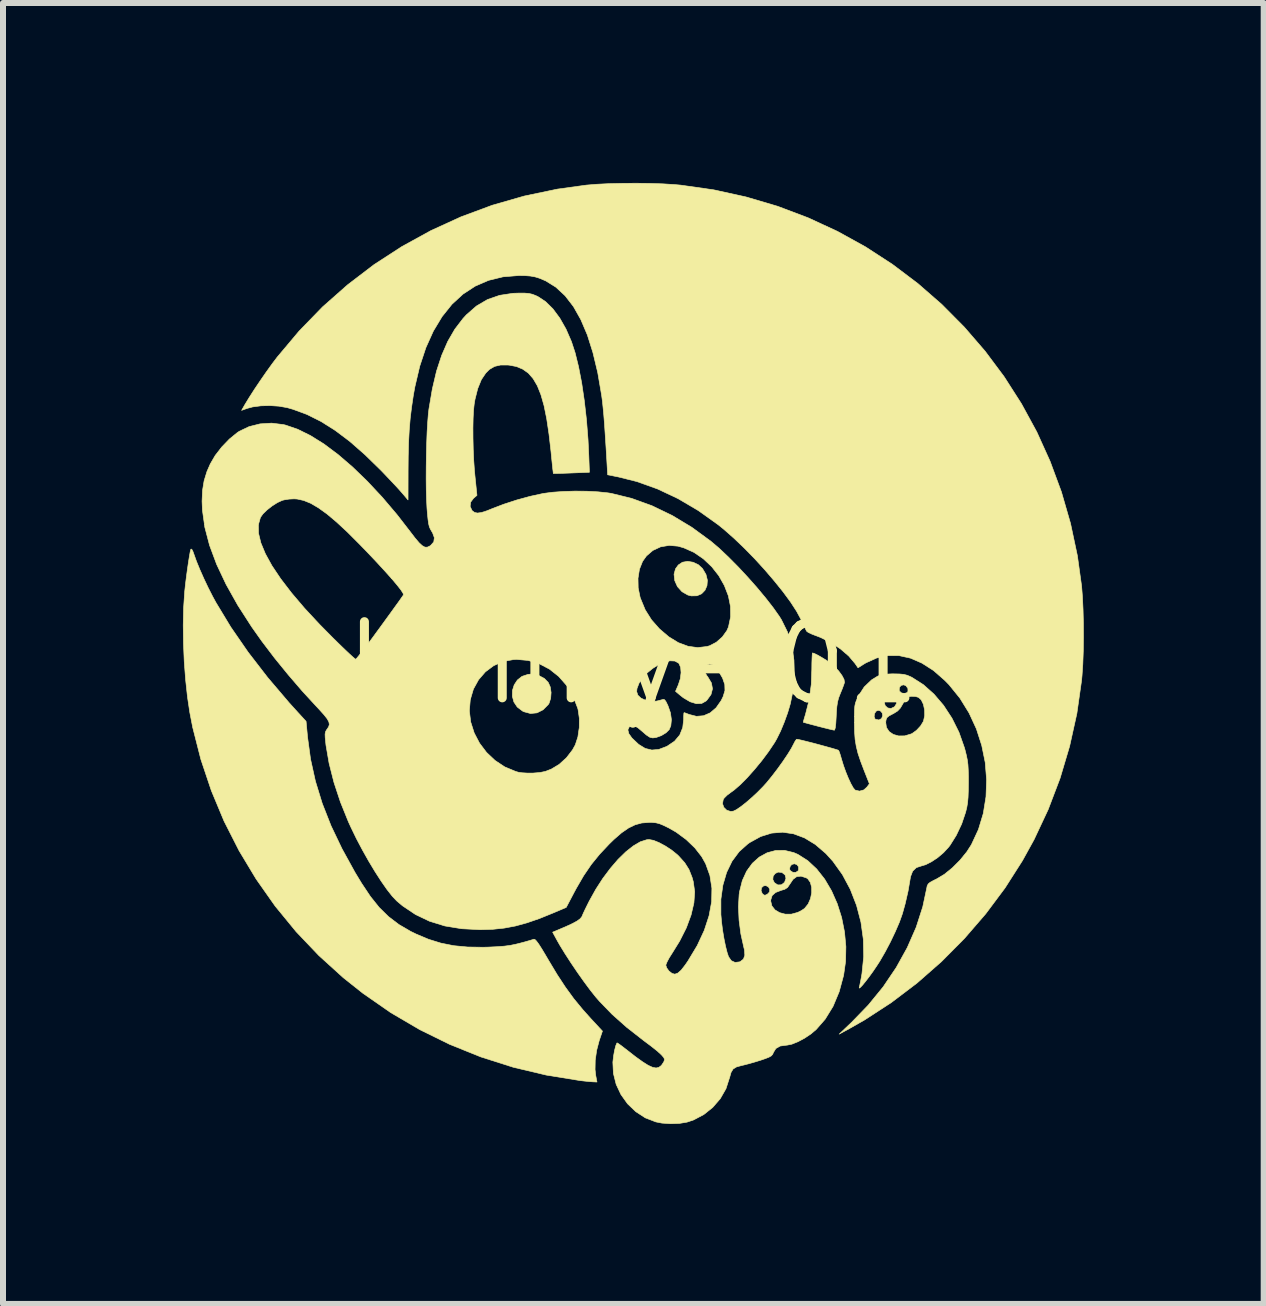
<source format=kicad_pcb>
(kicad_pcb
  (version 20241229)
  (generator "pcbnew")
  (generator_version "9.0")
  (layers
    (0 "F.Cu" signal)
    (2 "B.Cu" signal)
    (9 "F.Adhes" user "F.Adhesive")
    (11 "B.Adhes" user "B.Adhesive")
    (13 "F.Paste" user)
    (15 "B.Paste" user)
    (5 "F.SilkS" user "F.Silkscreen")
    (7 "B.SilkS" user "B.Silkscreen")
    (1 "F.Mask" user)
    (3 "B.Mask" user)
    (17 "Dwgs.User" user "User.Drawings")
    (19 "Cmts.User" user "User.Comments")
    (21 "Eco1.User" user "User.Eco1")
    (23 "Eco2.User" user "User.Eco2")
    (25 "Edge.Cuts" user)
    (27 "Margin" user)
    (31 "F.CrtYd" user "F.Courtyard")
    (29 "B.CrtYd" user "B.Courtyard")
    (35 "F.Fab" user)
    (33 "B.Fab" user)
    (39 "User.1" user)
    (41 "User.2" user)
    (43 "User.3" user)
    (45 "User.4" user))
  (footprint "bunny-01"
    (layer "F.Cu")
    (at 7.501 8.005)
    (property "Reference" "bunny-01" (at 0 0 0) (layer "F.SilkS") (effects (font (size 1.27 1.27) (thickness 0.15))))
    (attr through_hole)
    (fp_poly (pts (xy 1.005 -1.681) (xy 1.092 -1.64) (xy 1.161 -1.576) (xy 1.219 -1.478) (xy 1.243 -1.381) (xy 1.236 -1.291) (xy 1.203 -1.214) (xy 1.146 -1.155) (xy 1.069 -1.122) (xy 0.975 -1.12) (xy 0.918 -1.134) (xy 0.821 -1.189) (xy 0.744 -1.274) (xy 0.699 -1.374) (xy 0.687 -1.481) (xy 0.712 -1.572) (xy 0.758 -1.635) (xy 0.827 -1.681) (xy 0.913 -1.696) (xy 1.005 -1.681)) (stroke (width 0.01) (type solid)) (fill yes) (layer "F.SilkS"))
    (fp_poly (pts (xy -1.578 0.202) (xy -1.475 0.257) (xy -1.41 0.324) (xy -1.377 0.398) (xy -1.363 0.491) (xy -1.37 0.587) (xy -1.396 0.669) (xy -1.409 0.69) (xy -1.497 0.779) (xy -1.598 0.83) (xy -1.706 0.841) (xy -1.817 0.811) (xy -1.839 0.8) (xy -1.927 0.733) (xy -1.983 0.649) (xy -2.009 0.554) (xy -2.007 0.456) (xy -1.978 0.364) (xy -1.925 0.283) (xy -1.848 0.222) (xy -1.749 0.189) (xy -1.699 0.184) (xy -1.578 0.202)) (stroke (width 0.01) (type solid)) (fill yes) (layer "F.SilkS"))
    (fp_poly (pts (xy 3.028 -0.159) (xy 3.085 -0.131) (xy 3.154 -0.091) (xy 3.226 -0.047) (xy 3.285 -0.007) (xy 3.362 0.058) (xy 3.431 0.131) (xy 3.486 0.206) (xy 3.521 0.272) (xy 3.529 0.322) (xy 3.529 0.324) (xy 3.515 0.366) (xy 3.49 0.433) (xy 3.459 0.508) (xy 3.431 0.58) (xy 3.413 0.649) (xy 3.401 0.728) (xy 3.393 0.831) (xy 3.391 0.884) (xy 3.384 1.004) (xy 3.375 1.081) (xy 3.363 1.117) (xy 3.358 1.119) (xy 3.329 1.113) (xy 3.268 1.099) (xy 3.184 1.078) (xy 3.09 1.054) (xy 2.995 1.029) (xy 2.917 1.008) (xy 2.863 0.993) (xy 2.842 0.987) (xy 2.846 0.966) (xy 2.86 0.916) (xy 2.881 0.847) (xy 2.881 0.846) (xy 2.941 0.609) (xy 2.975 0.356) (xy 2.984 0.101) (xy 2.985 -0.001) (xy 2.988 -0.085) (xy 2.991 -0.143) (xy 2.995 -0.169) (xy 2.996 -0.169) (xy 3.028 -0.159)) (stroke (width 0.01) (type solid)) (fill yes) (layer "F.SilkS"))
    (fp_poly (pts (xy -7.354 -1.898) (xy -7.334 -1.86) (xy -7.316 -1.81) (xy -7.276 -1.698) (xy -7.22 -1.561) (xy -7.153 -1.41) (xy -7.079 -1.254) (xy -7.004 -1.107) (xy -6.95 -1.008) (xy -6.702 -0.598) (xy -6.414 -0.181) (xy -6.089 0.24) (xy -5.73 0.662) (xy -5.626 0.777) (xy -5.448 0.972) (xy -5.423 1.238) (xy -5.373 1.605) (xy -5.292 1.971) (xy -5.179 2.339) (xy -5.032 2.713) (xy -4.849 3.096) (xy -4.631 3.492) (xy -4.522 3.672) (xy -4.376 3.891) (xy -4.229 4.075) (xy -4.073 4.228) (xy -3.901 4.359) (xy -3.708 4.472) (xy -3.616 4.517) (xy -3.407 4.605) (xy -3.201 4.669) (xy -2.986 4.712) (xy -2.755 4.734) (xy -2.497 4.738) (xy -2.416 4.736) (xy -2.266 4.729) (xy -2.146 4.72) (xy -2.045 4.707) (xy -1.949 4.687) (xy -1.884 4.671) (xy -1.794 4.647) (xy -1.717 4.625) (xy -1.665 4.609) (xy -1.65 4.604) (xy -1.632 4.609) (xy -1.607 4.634) (xy -1.57 4.684) (xy -1.52 4.762) (xy -1.454 4.872) (xy -1.406 4.954) (xy -1.262 5.194) (xy -1.124 5.404) (xy -0.985 5.595) (xy -0.837 5.775) (xy -0.701 5.927) (xy -0.507 6.136) (xy -0.561 6.295) (xy -0.603 6.455) (xy -0.627 6.621) (xy -0.63 6.777) (xy -0.619 6.874) (xy -0.598 6.985) (xy -0.664 6.982) (xy -0.719 6.978) (xy -0.799 6.97) (xy -0.878 6.961) (xy -1.445 6.869) (xy -1.996 6.738) (xy -2.533 6.567) (xy -3.052 6.358) (xy -3.554 6.111) (xy -4.038 5.827) (xy -4.501 5.505) (xy -4.826 5.247) (xy -5.234 4.877) (xy -5.614 4.478) (xy -5.964 4.051) (xy -6.281 3.6) (xy -6.565 3.128) (xy -6.815 2.636) (xy -7.027 2.128) (xy -7.202 1.606) (xy -7.338 1.073) (xy -7.386 0.826) (xy -7.425 0.566) (xy -7.456 0.28) (xy -7.479 -0.023) (xy -7.492 -0.331) (xy -7.496 -0.632) (xy -7.49 -0.916) (xy -7.473 -1.171) (xy -7.472 -1.188) (xy -7.459 -1.311) (xy -7.443 -1.439) (xy -7.426 -1.565) (xy -7.409 -1.682) (xy -7.393 -1.781) (xy -7.38 -1.856) (xy -7.369 -1.897) (xy -7.367 -1.9) (xy -7.354 -1.898)) (stroke (width 0.01) (type solid)) (fill yes) (layer "F.SilkS"))
    (fp_poly (pts (xy 0.284 -7.997) (xy 0.5 -7.99) (xy 0.691 -7.978) (xy 0.794 -7.969) (xy 1.349 -7.89) (xy 1.889 -7.771) (xy 2.414 -7.616) (xy 2.922 -7.424) (xy 3.411 -7.198) (xy 3.88 -6.939) (xy 4.328 -6.648) (xy 4.752 -6.328) (xy 5.152 -5.979) (xy 5.526 -5.602) (xy 5.873 -5.2) (xy 6.191 -4.774) (xy 6.479 -4.324) (xy 6.735 -3.854) (xy 6.957 -3.363) (xy 7.145 -2.855) (xy 7.297 -2.329) (xy 7.412 -1.788) (xy 7.482 -1.283) (xy 7.496 -1.104) (xy 7.506 -0.895) (xy 7.512 -0.667) (xy 7.513 -0.432) (xy 7.51 -0.199) (xy 7.502 0.018) (xy 7.489 0.21) (xy 7.482 0.286) (xy 7.403 0.841) (xy 7.282 1.387) (xy 7.123 1.921) (xy 6.925 2.441) (xy 6.689 2.944) (xy 6.496 3.294) (xy 6.207 3.747) (xy 5.883 4.181) (xy 5.528 4.592) (xy 5.145 4.978) (xy 4.737 5.336) (xy 4.308 5.661) (xy 3.862 5.951) (xy 3.609 6.095) (xy 3.44 6.187) (xy 3.647 5.99) (xy 3.925 5.703) (xy 4.174 5.398) (xy 4.391 5.077) (xy 4.575 4.745) (xy 4.724 4.405) (xy 4.834 4.063) (xy 4.899 3.757) (xy 4.908 3.713) (xy 4.925 3.682) (xy 4.957 3.655) (xy 5.014 3.624) (xy 5.065 3.599) (xy 5.194 3.522) (xy 5.327 3.414) (xy 5.455 3.286) (xy 5.568 3.147) (xy 5.645 3.027) (xy 5.762 2.775) (xy 5.843 2.507) (xy 5.888 2.229) (xy 5.898 1.944) (xy 5.875 1.657) (xy 5.817 1.373) (xy 5.728 1.097) (xy 5.606 0.833) (xy 5.453 0.585) (xy 5.27 0.359) (xy 5.198 0.286) (xy 5.011 0.123) (xy 4.82 0.001) (xy 4.629 -0.082) (xy 4.439 -0.124) (xy 4.251 -0.125) (xy 4.066 -0.085) (xy 3.887 -0.004) (xy 3.85 0.018) (xy 3.754 0.079) (xy 3.705 0.007) (xy 3.6 -0.117) (xy 3.463 -0.235) (xy 3.303 -0.34) (xy 3.13 -0.427) (xy 3.051 -0.457) (xy 2.979 -0.485) (xy 2.923 -0.512) (xy 2.896 -0.533) (xy 2.896 -0.533) (xy 2.881 -0.564) (xy 2.853 -0.623) (xy 2.817 -0.698) (xy 2.804 -0.727) (xy 2.731 -0.862) (xy 2.63 -1.018) (xy 2.504 -1.189) (xy 2.359 -1.369) (xy 2.2 -1.555) (xy 2.032 -1.739) (xy 1.858 -1.917) (xy 1.684 -2.083) (xy 1.515 -2.232) (xy 1.418 -2.31) (xy 1.091 -2.543) (xy 0.755 -2.741) (xy 0.412 -2.903) (xy 0.068 -3.026) (xy -0.24 -3.103) (xy -0.42 -3.139) (xy -0.431 -3.331) (xy -0.446 -3.584) (xy -0.46 -3.799) (xy -0.472 -3.98) (xy -0.484 -4.132) (xy -0.496 -4.258) (xy -0.507 -4.365) (xy -0.519 -4.455) (xy -0.521 -4.468) (xy -0.585 -4.842) (xy -0.665 -5.175) (xy -0.758 -5.47) (xy -0.867 -5.726) (xy -0.99 -5.944) (xy -1.129 -6.124) (xy -1.283 -6.267) (xy -1.452 -6.372) (xy -1.556 -6.416) (xy -1.631 -6.439) (xy -1.709 -6.453) (xy -1.803 -6.46) (xy -1.905 -6.461) (xy -2.164 -6.44) (xy -2.405 -6.381) (xy -2.627 -6.285) (xy -2.831 -6.152) (xy -3.016 -5.982) (xy -3.181 -5.776) (xy -3.326 -5.535) (xy -3.45 -5.26) (xy -3.553 -4.95) (xy -3.634 -4.606) (xy -3.66 -4.462) (xy -3.689 -4.266) (xy -3.712 -4.077) (xy -3.728 -3.884) (xy -3.739 -3.677) (xy -3.745 -3.447) (xy -3.747 -3.217) (xy -3.748 -2.72) (xy -3.847 -2.836) (xy -3.896 -2.892) (xy -3.967 -2.969) (xy -4.053 -3.06) (xy -4.145 -3.157) (xy -4.201 -3.215) (xy -4.465 -3.473) (xy -4.717 -3.694) (xy -4.961 -3.878) (xy -5.199 -4.028) (xy -5.433 -4.145) (xy -5.666 -4.231) (xy -5.764 -4.259) (xy -5.9 -4.283) (xy -6.051 -4.293) (xy -6.201 -4.289) (xy -6.338 -4.271) (xy -6.431 -4.246) (xy -6.523 -4.213) (xy -6.466 -4.313) (xy -6.397 -4.426) (xy -6.31 -4.562) (xy -6.211 -4.709) (xy -6.108 -4.858) (xy -6.007 -4.998) (xy -5.929 -5.101) (xy -5.565 -5.534) (xy -5.174 -5.937) (xy -4.756 -6.306) (xy -4.315 -6.643) (xy -3.851 -6.944) (xy -3.367 -7.21) (xy -2.864 -7.44) (xy -2.344 -7.633) (xy -1.808 -7.787) (xy -1.258 -7.902) (xy -0.773 -7.969) (xy -0.601 -7.983) (xy -0.399 -7.993) (xy -0.177 -7.998) (xy 0.054 -8) (xy 0.284 -7.997)) (stroke (width 0.01) (type solid)) (fill yes) (layer "F.SilkS"))
    (fp_poly (pts (xy -1.805 -6.168) (xy -1.733 -6.162) (xy -1.675 -6.149) (xy -1.617 -6.126) (xy -1.584 -6.111) (xy -1.456 -6.027) (xy -1.333 -5.906) (xy -1.218 -5.751) (xy -1.114 -5.568) (xy -1.024 -5.361) (xy -0.963 -5.175) (xy -0.905 -4.94) (xy -0.853 -4.671) (xy -0.809 -4.373) (xy -0.773 -4.055) (xy -0.747 -3.723) (xy -0.734 -3.448) (xy -0.724 -3.181) (xy -1.024 -3.169) (xy -1.131 -3.165) (xy -1.222 -3.162) (xy -1.288 -3.161) (xy -1.322 -3.161) (xy -1.326 -3.161) (xy -1.328 -3.182) (xy -1.335 -3.238) (xy -1.344 -3.323) (xy -1.355 -3.429) (xy -1.364 -3.524) (xy -1.398 -3.818) (xy -1.436 -4.073) (xy -1.48 -4.29) (xy -1.532 -4.473) (xy -1.592 -4.623) (xy -1.662 -4.742) (xy -1.742 -4.834) (xy -1.835 -4.9) (xy -1.94 -4.944) (xy -2.06 -4.967) (xy -2.081 -4.969) (xy -2.207 -4.969) (xy -2.306 -4.946) (xy -2.391 -4.896) (xy -2.452 -4.835) (xy -2.526 -4.725) (xy -2.586 -4.577) (xy -2.632 -4.395) (xy -2.645 -4.318) (xy -2.656 -4.215) (xy -2.663 -4.08) (xy -2.666 -3.919) (xy -2.665 -3.744) (xy -2.661 -3.561) (xy -2.653 -3.381) (xy -2.641 -3.212) (xy -2.633 -3.128) (xy -2.599 -2.796) (xy -2.657 -2.746) (xy -2.704 -2.683) (xy -2.713 -2.613) (xy -2.683 -2.547) (xy -2.677 -2.539) (xy -2.639 -2.511) (xy -2.59 -2.501) (xy -2.523 -2.51) (xy -2.43 -2.54) (xy -2.349 -2.573) (xy -2.153 -2.648) (xy -1.935 -2.719) (xy -1.712 -2.78) (xy -1.506 -2.825) (xy -1.492 -2.828) (xy -1.34 -2.848) (xy -1.159 -2.861) (xy -0.964 -2.867) (xy -0.767 -2.865) (xy -0.58 -2.855) (xy -0.417 -2.838) (xy -0.36 -2.829) (xy -0.021 -2.746) (xy 0.319 -2.623) (xy 0.655 -2.461) (xy 0.984 -2.263) (xy 1.302 -2.03) (xy 1.302 -2.03) (xy 1.441 -1.912) (xy 1.593 -1.768) (xy 1.753 -1.607) (xy 1.914 -1.434) (xy 2.07 -1.258) (xy 2.214 -1.085) (xy 2.341 -0.922) (xy 2.444 -0.776) (xy 2.478 -0.721) (xy 2.578 -0.519) (xy 2.647 -0.293) (xy 2.686 -0.049) (xy 2.693 0.207) (xy 2.669 0.469) (xy 2.625 0.681) (xy 2.581 0.829) (xy 2.525 0.984) (xy 2.463 1.134) (xy 2.399 1.263) (xy 2.365 1.323) (xy 2.264 1.474) (xy 2.15 1.627) (xy 2.029 1.774) (xy 1.908 1.91) (xy 1.792 2.027) (xy 1.687 2.118) (xy 1.631 2.158) (xy 1.57 2.204) (xy 1.523 2.251) (xy 1.507 2.275) (xy 1.495 2.344) (xy 1.517 2.406) (xy 1.565 2.453) (xy 1.63 2.474) (xy 1.676 2.469) (xy 1.726 2.445) (xy 1.798 2.396) (xy 1.885 2.328) (xy 1.979 2.247) (xy 2.075 2.158) (xy 2.164 2.068) (xy 2.228 1.998) (xy 2.321 1.884) (xy 2.415 1.761) (xy 2.504 1.637) (xy 2.582 1.521) (xy 2.643 1.422) (xy 2.677 1.357) (xy 2.704 1.305) (xy 2.726 1.274) (xy 2.733 1.27) (xy 2.764 1.275) (xy 2.826 1.289) (xy 2.91 1.31) (xy 3.009 1.335) (xy 3.113 1.363) (xy 3.215 1.391) (xy 3.305 1.416) (xy 3.377 1.437) (xy 3.421 1.451) (xy 3.43 1.456) (xy 3.443 1.483) (xy 3.461 1.538) (xy 3.48 1.605) (xy 3.512 1.709) (xy 3.551 1.817) (xy 3.593 1.92) (xy 3.635 2.01) (xy 3.673 2.078) (xy 3.703 2.115) (xy 3.708 2.118) (xy 3.779 2.135) (xy 3.851 2.115) (xy 3.901 2.07) (xy 3.944 2.013) (xy 3.858 1.795) (xy 3.798 1.637) (xy 3.754 1.506) (xy 3.725 1.388) (xy 3.706 1.273) (xy 3.697 1.148) (xy 3.694 1.001) (xy 3.694 0.988) (xy 4.216 0.988) (xy 4.228 1.074) (xy 4.273 1.142) (xy 4.343 1.19) (xy 4.432 1.215) (xy 4.532 1.214) (xy 4.636 1.183) (xy 4.657 1.174) (xy 4.729 1.122) (xy 4.797 1.049) (xy 4.843 0.974) (xy 4.846 0.967) (xy 4.866 0.876) (xy 4.864 0.779) (xy 4.844 0.687) (xy 4.808 0.613) (xy 4.763 0.572) (xy 4.712 0.557) (xy 4.646 0.554) (xy 4.64 0.554) (xy 4.594 0.562) (xy 4.562 0.58) (xy 4.533 0.62) (xy 4.503 0.677) (xy 4.46 0.75) (xy 4.414 0.799) (xy 4.349 0.84) (xy 4.333 0.848) (xy 4.271 0.881) (xy 4.237 0.909) (xy 4.222 0.944) (xy 4.216 0.988) (xy 3.694 0.988) (xy 3.694 0.984) (xy 3.694 0.891) (xy 4.023 0.891) (xy 4.036 0.929) (xy 4.048 0.938) (xy 4.104 0.949) (xy 4.144 0.926) (xy 4.148 0.922) (xy 4.166 0.876) (xy 4.157 0.831) (xy 4.128 0.798) (xy 4.088 0.788) (xy 4.055 0.803) (xy 4.03 0.842) (xy 4.023 0.891) (xy 3.694 0.891) (xy 3.694 0.866) (xy 3.696 0.78) (xy 3.701 0.717) (xy 3.711 0.668) (xy 3.719 0.646) (xy 4.191 0.646) (xy 4.207 0.709) (xy 4.249 0.748) (xy 4.303 0.757) (xy 4.361 0.73) (xy 4.364 0.727) (xy 4.398 0.672) (xy 4.394 0.609) (xy 4.368 0.568) (xy 4.316 0.535) (xy 4.262 0.538) (xy 4.217 0.57) (xy 4.192 0.626) (xy 4.191 0.646) (xy 3.719 0.646) (xy 3.727 0.622) (xy 3.752 0.569) (xy 3.763 0.545) (xy 3.822 0.454) (xy 4.441 0.454) (xy 4.447 0.469) (xy 4.481 0.499) (xy 4.529 0.507) (xy 4.571 0.493) (xy 4.587 0.473) (xy 4.586 0.423) (xy 4.555 0.38) (xy 4.518 0.363) (xy 4.473 0.372) (xy 4.444 0.407) (xy 4.441 0.454) (xy 3.822 0.454) (xy 3.858 0.398) (xy 3.98 0.281) (xy 4.082 0.218) (xy 4.14 0.197) (xy 4.215 0.185) (xy 4.317 0.18) (xy 4.35 0.18) (xy 4.448 0.182) (xy 4.518 0.189) (xy 4.576 0.204) (xy 4.636 0.23) (xy 4.657 0.241) (xy 4.845 0.361) (xy 5.02 0.517) (xy 5.18 0.704) (xy 5.32 0.918) (xy 5.437 1.153) (xy 5.526 1.405) (xy 5.539 1.45) (xy 5.561 1.539) (xy 5.577 1.617) (xy 5.587 1.694) (xy 5.592 1.783) (xy 5.595 1.895) (xy 5.595 1.99) (xy 5.593 2.131) (xy 5.589 2.24) (xy 5.581 2.328) (xy 5.568 2.406) (xy 5.549 2.484) (xy 5.549 2.485) (xy 5.482 2.683) (xy 5.392 2.873) (xy 5.288 3.039) (xy 5.263 3.071) (xy 5.18 3.161) (xy 5.082 3.244) (xy 4.978 3.313) (xy 4.881 3.362) (xy 4.819 3.38) (xy 4.727 3.41) (xy 4.665 3.47) (xy 4.63 3.561) (xy 4.625 3.59) (xy 4.589 3.801) (xy 4.54 4.015) (xy 4.494 4.18) (xy 4.445 4.318) (xy 4.376 4.478) (xy 4.295 4.648) (xy 4.206 4.817) (xy 4.117 4.971) (xy 4.067 5.048) (xy 4.002 5.144) (xy 3.938 5.232) (xy 3.879 5.309) (xy 3.83 5.369) (xy 3.794 5.407) (xy 3.775 5.419) (xy 3.775 5.408) (xy 3.784 5.369) (xy 3.798 5.3) (xy 3.814 5.214) (xy 3.82 5.178) (xy 3.849 4.894) (xy 3.843 4.606) (xy 3.803 4.319) (xy 3.73 4.04) (xy 3.626 3.773) (xy 3.494 3.526) (xy 3.335 3.304) (xy 3.218 3.175) (xy 3.042 3.024) (xy 2.863 2.915) (xy 2.681 2.847) (xy 2.498 2.82) (xy 2.314 2.835) (xy 2.131 2.892) (xy 1.951 2.991) (xy 1.919 3.013) (xy 1.773 3.143) (xy 1.654 3.303) (xy 1.563 3.491) (xy 1.501 3.703) (xy 1.468 3.937) (xy 1.468 4.189) (xy 1.468 4.191) (xy 1.479 4.316) (xy 1.496 4.453) (xy 1.519 4.591) (xy 1.545 4.719) (xy 1.572 4.826) (xy 1.595 4.895) (xy 1.641 4.962) (xy 1.704 4.991) (xy 1.779 4.982) (xy 1.791 4.977) (xy 1.844 4.936) (xy 1.867 4.872) (xy 1.861 4.782) (xy 1.85 4.738) (xy 1.801 4.516) (xy 1.771 4.287) (xy 1.761 4.065) (xy 1.766 3.969) (xy 2.299 3.969) (xy 2.318 4.049) (xy 2.37 4.115) (xy 2.446 4.161) (xy 2.54 4.186) (xy 2.644 4.186) (xy 2.746 4.158) (xy 2.808 4.128) (xy 2.859 4.094) (xy 2.864 4.09) (xy 2.923 4.017) (xy 2.962 3.927) (xy 2.982 3.83) (xy 2.981 3.737) (xy 2.959 3.656) (xy 2.917 3.597) (xy 2.892 3.581) (xy 2.805 3.553) (xy 2.733 3.56) (xy 2.671 3.606) (xy 2.614 3.691) (xy 2.579 3.742) (xy 2.532 3.772) (xy 2.474 3.789) (xy 2.38 3.825) (xy 2.322 3.877) (xy 2.299 3.951) (xy 2.299 3.969) (xy 1.766 3.969) (xy 1.772 3.863) (xy 1.779 3.81) (xy 1.784 3.792) (xy 2.138 3.792) (xy 2.156 3.84) (xy 2.163 3.848) (xy 2.188 3.869) (xy 2.211 3.869) (xy 2.245 3.852) (xy 2.279 3.816) (xy 2.283 3.772) (xy 2.261 3.733) (xy 2.22 3.711) (xy 2.181 3.714) (xy 2.147 3.744) (xy 2.138 3.792) (xy 1.784 3.792) (xy 1.825 3.628) (xy 1.833 3.61) (xy 2.334 3.61) (xy 2.361 3.663) (xy 2.417 3.699) (xy 2.476 3.697) (xy 2.526 3.659) (xy 2.531 3.652) (xy 2.553 3.588) (xy 2.538 3.532) (xy 2.487 3.492) (xy 2.484 3.491) (xy 2.421 3.485) (xy 2.371 3.51) (xy 2.339 3.555) (xy 2.334 3.61) (xy 1.833 3.61) (xy 1.897 3.47) (xy 1.924 3.433) (xy 2.612 3.433) (xy 2.626 3.462) (xy 2.669 3.489) (xy 2.718 3.489) (xy 2.755 3.464) (xy 2.763 3.449) (xy 2.763 3.397) (xy 2.736 3.361) (xy 2.694 3.346) (xy 2.65 3.358) (xy 2.624 3.388) (xy 2.612 3.433) (xy 1.924 3.433) (xy 1.993 3.338) (xy 2.108 3.235) (xy 2.239 3.163) (xy 2.38 3.125) (xy 2.53 3.123) (xy 2.683 3.16) (xy 2.752 3.19) (xy 2.916 3.294) (xy 3.065 3.433) (xy 3.198 3.602) (xy 3.313 3.797) (xy 3.408 4.012) (xy 3.481 4.242) (xy 3.529 4.483) (xy 3.552 4.728) (xy 3.547 4.974) (xy 3.514 5.206) (xy 3.44 5.48) (xy 3.338 5.724) (xy 3.207 5.937) (xy 3.058 6.108) (xy 2.967 6.185) (xy 2.862 6.255) (xy 2.753 6.313) (xy 2.651 6.354) (xy 2.567 6.371) (xy 2.559 6.371) (xy 2.457 6.385) (xy 2.385 6.426) (xy 2.346 6.489) (xy 2.331 6.523) (xy 2.308 6.549) (xy 2.269 6.571) (xy 2.205 6.596) (xy 2.129 6.622) (xy 2.028 6.653) (xy 1.926 6.682) (xy 1.84 6.704) (xy 1.817 6.709) (xy 1.729 6.733) (xy 1.672 6.768) (xy 1.637 6.826) (xy 1.612 6.915) (xy 1.611 6.916) (xy 1.553 7.096) (xy 1.458 7.262) (xy 1.332 7.408) (xy 1.182 7.528) (xy 1.011 7.618) (xy 0.903 7.654) (xy 0.776 7.675) (xy 0.631 7.68) (xy 0.485 7.67) (xy 0.383 7.65) (xy 0.207 7.582) (xy 0.049 7.479) (xy -0.088 7.348) (xy -0.198 7.194) (xy -0.278 7.024) (xy -0.324 6.841) (xy -0.333 6.654) (xy -0.331 6.636) (xy -0.32 6.544) (xy -0.304 6.455) (xy -0.285 6.381) (xy -0.266 6.336) (xy -0.263 6.332) (xy -0.245 6.342) (xy -0.202 6.372) (xy -0.141 6.419) (xy -0.094 6.455) (xy 0.048 6.566) (xy 0.164 6.649) (xy 0.256 6.707) (xy 0.329 6.74) (xy 0.387 6.751) (xy 0.433 6.741) (xy 0.472 6.712) (xy 0.485 6.696) (xy 0.516 6.649) (xy 0.529 6.611) (xy 0.529 6.61) (xy 0.516 6.577) (xy 0.476 6.531) (xy 0.407 6.468) (xy 0.305 6.387) (xy 0.17 6.286) (xy 0.168 6.284) (xy -0.102 6.073) (xy -0.345 5.857) (xy -0.555 5.64) (xy -0.617 5.569) (xy -0.707 5.456) (xy -0.811 5.316) (xy -0.921 5.161) (xy -1.03 5) (xy -1.131 4.844) (xy -1.217 4.704) (xy -1.259 4.63) (xy -1.337 4.487) (xy -1.256 4.453) (xy -1.113 4.392) (xy -1.005 4.342) (xy -0.928 4.3) (xy -0.878 4.263) (xy -0.851 4.23) (xy -0.846 4.219) (xy -0.827 4.174) (xy -0.794 4.104) (xy -0.752 4.019) (xy -0.727 3.969) (xy -0.618 3.773) (xy -0.5 3.59) (xy -0.374 3.422) (xy -0.246 3.273) (xy -0.118 3.148) (xy 0.007 3.049) (xy 0.124 2.98) (xy 0.23 2.946) (xy 0.271 2.942) (xy 0.345 2.956) (xy 0.438 2.994) (xy 0.542 3.05) (xy 0.646 3.118) (xy 0.739 3.193) (xy 0.765 3.218) (xy 0.865 3.329) (xy 0.936 3.442) (xy 0.988 3.574) (xy 1.008 3.646) (xy 1.031 3.813) (xy 1.018 3.999) (xy 0.971 4.2) (xy 0.892 4.414) (xy 0.78 4.636) (xy 0.653 4.841) (xy 0.606 4.915) (xy 0.571 4.981) (xy 0.552 5.028) (xy 0.55 5.038) (xy 0.565 5.083) (xy 0.6 5.131) (xy 0.602 5.134) (xy 0.653 5.174) (xy 0.7 5.187) (xy 0.75 5.169) (xy 0.806 5.12) (xy 0.872 5.035) (xy 0.919 4.967) (xy 1.074 4.709) (xy 1.191 4.457) (xy 1.271 4.213) (xy 1.314 3.978) (xy 1.318 3.753) (xy 1.285 3.542) (xy 1.214 3.345) (xy 1.148 3.227) (xy 1.034 3.081) (xy 0.889 2.942) (xy 0.724 2.82) (xy 0.6 2.749) (xy 0.51 2.705) (xy 0.442 2.677) (xy 0.384 2.663) (xy 0.319 2.657) (xy 0.267 2.657) (xy 0.149 2.666) (xy 0.039 2.696) (xy -0.071 2.749) (xy -0.187 2.829) (xy -0.315 2.94) (xy -0.393 3.016) (xy -0.553 3.186) (xy -0.693 3.358) (xy -0.821 3.546) (xy -0.945 3.76) (xy -0.981 3.827) (xy -1.111 4.074) (xy -1.323 4.164) (xy -1.557 4.259) (xy -1.766 4.331) (xy -1.959 4.384) (xy -2.146 4.419) (xy -2.336 4.439) (xy -2.539 4.445) (xy -2.547 4.445) (xy -2.854 4.429) (xy -3.134 4.383) (xy -3.39 4.304) (xy -3.624 4.192) (xy -3.84 4.047) (xy -3.937 3.965) (xy -4.011 3.887) (xy -4.099 3.775) (xy -4.196 3.636) (xy -4.299 3.476) (xy -4.405 3.3) (xy -4.509 3.115) (xy -4.609 2.926) (xy -4.7 2.738) (xy -4.743 2.644) (xy -4.875 2.317) (xy -4.983 1.99) (xy -5.064 1.671) (xy -5.116 1.369) (xy -5.12 1.331) (xy -5.129 1.243) (xy -5.131 1.185) (xy -5.124 1.147) (xy -5.109 1.117) (xy -5.099 1.104) (xy -5.072 1.063) (xy -5.06 1.024) (xy -5.068 0.981) (xy -5.096 0.929) (xy -5.148 0.863) (xy -5.208 0.796) (xy -2.726 0.796) (xy -2.703 0.983) (xy -2.645 1.165) (xy -2.556 1.335) (xy -2.439 1.49) (xy -2.297 1.624) (xy -2.134 1.732) (xy -1.953 1.807) (xy -1.905 1.821) (xy -1.848 1.829) (xy -1.765 1.834) (xy -1.673 1.834) (xy -1.662 1.834) (xy -1.549 1.825) (xy -1.457 1.806) (xy -1.365 1.77) (xy -1.361 1.769) (xy -1.228 1.689) (xy -1.106 1.578) (xy -1.006 1.448) (xy -0.959 1.363) (xy -0.916 1.231) (xy -0.899 1.113) (xy -0.083 1.113) (xy -0.067 1.177) (xy -0.015 1.25) (xy 0.097 1.356) (xy 0.206 1.423) (xy 0.316 1.45) (xy 0.432 1.44) (xy 0.559 1.392) (xy 0.572 1.386) (xy 0.695 1.303) (xy 0.782 1.2) (xy 0.832 1.075) (xy 0.847 0.943) (xy 0.848 0.879) (xy 0.851 0.836) (xy 0.855 0.826) (xy 0.877 0.833) (xy 0.924 0.851) (xy 0.939 0.857) (xy 1.061 0.888) (xy 1.179 0.878) (xy 1.29 0.83) (xy 1.389 0.745) (xy 1.473 0.625) (xy 1.505 0.56) (xy 1.536 0.458) (xy 1.533 0.357) (xy 1.496 0.25) (xy 1.438 0.151) (xy 1.377 0.07) (xy 1.326 0.025) (xy 1.279 0.014) (xy 1.231 0.034) (xy 1.229 0.035) (xy 1.192 0.079) (xy 1.193 0.135) (xy 1.231 0.206) (xy 1.25 0.231) (xy 1.31 0.331) (xy 1.328 0.429) (xy 1.303 0.525) (xy 1.237 0.616) (xy 1.221 0.632) (xy 1.148 0.673) (xy 1.058 0.677) (xy 0.955 0.645) (xy 0.842 0.578) (xy 0.785 0.533) (xy 0.712 0.471) (xy 0.758 0.364) (xy 0.792 0.26) (xy 0.804 0.159) (xy 0.797 0.071) (xy 0.769 0.008) (xy 0.762 0) (xy 0.7 -0.034) (xy 0.62 -0.038) (xy 0.527 -0.016) (xy 0.429 0.027) (xy 0.331 0.089) (xy 0.24 0.163) (xy 0.162 0.247) (xy 0.103 0.336) (xy 0.069 0.425) (xy 0.064 0.475) (xy 0.083 0.535) (xy 0.135 0.584) (xy 0.21 0.619) (xy 0.301 0.636) (xy 0.397 0.634) (xy 0.476 0.614) (xy 0.508 0.605) (xy 0.53 0.612) (xy 0.552 0.642) (xy 0.582 0.703) (xy 0.586 0.712) (xy 0.627 0.829) (xy 0.643 0.944) (xy 0.633 1.045) (xy 0.606 1.11) (xy 0.553 1.162) (xy 0.476 1.209) (xy 0.391 1.24) (xy 0.332 1.248) (xy 0.283 1.237) (xy 0.224 1.198) (xy 0.161 1.143) (xy 0.081 1.076) (xy 0.019 1.043) (xy -0.029 1.043) (xy -0.059 1.063) (xy -0.083 1.113) (xy -0.899 1.113) (xy -0.893 1.079) (xy -0.892 0.921) (xy -0.913 0.775) (xy -0.92 0.75) (xy -0.997 0.551) (xy -1.103 0.374) (xy -1.236 0.223) (xy -1.39 0.101) (xy -1.561 0.011) (xy -1.746 -0.044) (xy -1.94 -0.061) (xy -1.991 -0.058) (xy -2.164 -0.026) (xy -2.321 0.044) (xy -2.458 0.146) (xy -2.572 0.278) (xy -2.658 0.434) (xy -2.71 0.609) (xy -2.726 0.796) (xy -5.208 0.796) (xy -5.227 0.775) (xy -5.284 0.714) (xy -5.512 0.466) (xy -5.745 0.195) (xy -5.973 -0.085) (xy -6.185 -0.364) (xy -6.354 -0.603) (xy -6.587 -0.965) (xy -6.782 -1.313) (xy -6.939 -1.646) (xy -7.057 -1.963) (xy -7.136 -2.264) (xy -7.142 -2.307) (xy -6.243 -2.307) (xy -6.241 -2.165) (xy -6.202 -2.004) (xy -6.127 -1.823) (xy -6.017 -1.623) (xy -5.871 -1.405) (xy -5.69 -1.169) (xy -5.474 -0.915) (xy -5.223 -0.645) (xy -4.999 -0.418) (xy -4.898 -0.319) (xy -4.806 -0.23) (xy -4.728 -0.156) (xy -4.668 -0.101) (xy -4.631 -0.07) (xy -4.621 -0.064) (xy -4.604 -0.08) (xy -4.565 -0.127) (xy -4.508 -0.199) (xy -4.436 -0.294) (xy -4.352 -0.406) (xy -4.26 -0.532) (xy -4.221 -0.585) (xy -4.126 -0.716) (xy -4.038 -0.837) (xy -3.961 -0.944) (xy -3.898 -1.031) (xy -3.853 -1.095) (xy -3.828 -1.131) (xy -3.824 -1.136) (xy -3.831 -1.164) (xy -3.867 -1.22) (xy -3.931 -1.301) (xy -4.02 -1.407) (xy -4.026 -1.413) (xy 0.086 -1.413) (xy 0.089 -1.253) (xy 0.121 -1.097) (xy 0.127 -1.079) (xy 0.206 -0.888) (xy 0.311 -0.721) (xy 0.443 -0.571) (xy 0.599 -0.438) (xy 0.759 -0.34) (xy 0.921 -0.28) (xy 1.081 -0.258) (xy 1.235 -0.276) (xy 1.281 -0.289) (xy 1.392 -0.347) (xy 1.492 -0.435) (xy 1.568 -0.541) (xy 1.595 -0.603) (xy 1.63 -0.77) (xy 1.628 -0.944) (xy 1.593 -1.12) (xy 1.526 -1.293) (xy 1.433 -1.457) (xy 1.315 -1.607) (xy 1.176 -1.738) (xy 1.02 -1.845) (xy 0.85 -1.921) (xy 0.753 -1.949) (xy 0.605 -1.962) (xy 0.463 -1.938) (xy 0.334 -1.878) (xy 0.227 -1.786) (xy 0.162 -1.695) (xy 0.11 -1.564) (xy 0.086 -1.413) (xy -4.026 -1.413) (xy -4.134 -1.534) (xy -4.27 -1.682) (xy -4.428 -1.849) (xy -4.561 -1.986) (xy -4.76 -2.185) (xy -4.938 -2.35) (xy -5.097 -2.484) (xy -5.24 -2.587) (xy -5.369 -2.663) (xy -5.487 -2.711) (xy -5.596 -2.735) (xy -5.647 -2.738) (xy -5.731 -2.734) (xy -5.812 -2.721) (xy -5.847 -2.712) (xy -5.927 -2.675) (xy -6.015 -2.619) (xy -6.099 -2.553) (xy -6.167 -2.487) (xy -6.209 -2.428) (xy -6.209 -2.428) (xy -6.243 -2.307) (xy -7.142 -2.307) (xy -7.176 -2.55) (xy -7.182 -2.699) (xy -7.174 -2.88) (xy -7.148 -3.039) (xy -7.101 -3.192) (xy -7.045 -3.32) (xy -6.963 -3.461) (xy -6.853 -3.603) (xy -6.727 -3.734) (xy -6.596 -3.841) (xy -6.562 -3.864) (xy -6.398 -3.942) (xy -6.215 -3.988) (xy -6.022 -4) (xy -5.826 -3.976) (xy -5.792 -3.968) (xy -5.59 -3.899) (xy -5.375 -3.793) (xy -5.149 -3.652) (xy -4.914 -3.476) (xy -4.673 -3.269) (xy -4.428 -3.032) (xy -4.18 -2.767) (xy -3.933 -2.476) (xy -3.716 -2.196) (xy -3.631 -2.085) (xy -3.564 -2.006) (xy -3.511 -1.957) (xy -3.467 -1.933) (xy -3.427 -1.932) (xy -3.386 -1.951) (xy -3.369 -1.963) (xy -3.319 -2.02) (xy -3.309 -2.09) (xy -3.339 -2.172) (xy -3.354 -2.196) (xy -3.376 -2.234) (xy -3.393 -2.274) (xy -3.405 -2.325) (xy -3.415 -2.396) (xy -3.425 -2.495) (xy -3.432 -2.584) (xy -3.439 -2.721) (xy -3.444 -2.886) (xy -3.446 -3.072) (xy -3.445 -3.269) (xy -3.442 -3.471) (xy -3.437 -3.669) (xy -3.43 -3.854) (xy -3.42 -4.02) (xy -3.409 -4.157) (xy -3.4 -4.233) (xy -3.343 -4.569) (xy -3.273 -4.867) (xy -3.187 -5.13) (xy -3.086 -5.362) (xy -2.968 -5.566) (xy -2.831 -5.745) (xy -2.775 -5.806) (xy -2.607 -5.953) (xy -2.423 -6.061) (xy -2.221 -6.131) (xy -1.998 -6.165) (xy -1.905 -6.168) (xy -1.805 -6.168)) (stroke (width 0.01) (type solid)) (fill yes) (layer "F.SilkS")))
  (gr_rect
    (start -3 -3)
    (end 18.019 18.69)
    (stroke (width 0.1) (type default))
    (fill no)
    (layer "Edge.Cuts")))
</source>
